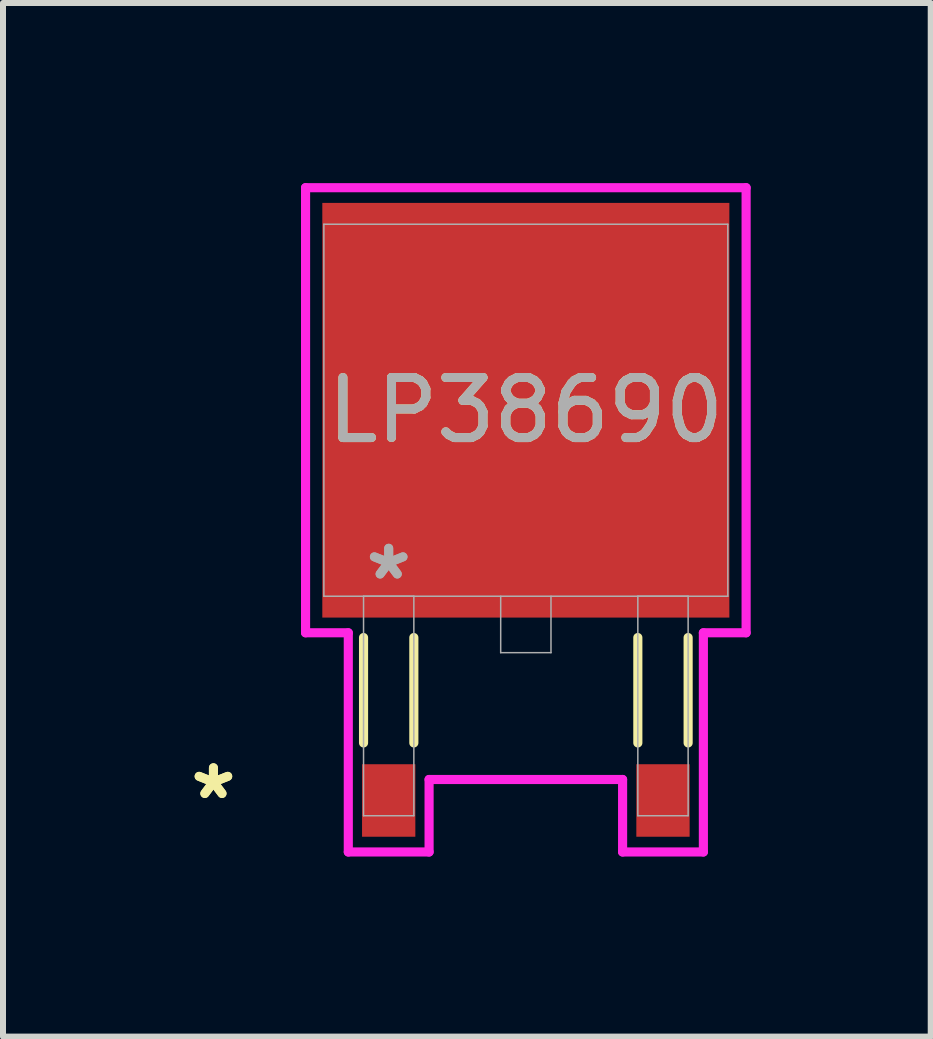
<source format=kicad_pcb>
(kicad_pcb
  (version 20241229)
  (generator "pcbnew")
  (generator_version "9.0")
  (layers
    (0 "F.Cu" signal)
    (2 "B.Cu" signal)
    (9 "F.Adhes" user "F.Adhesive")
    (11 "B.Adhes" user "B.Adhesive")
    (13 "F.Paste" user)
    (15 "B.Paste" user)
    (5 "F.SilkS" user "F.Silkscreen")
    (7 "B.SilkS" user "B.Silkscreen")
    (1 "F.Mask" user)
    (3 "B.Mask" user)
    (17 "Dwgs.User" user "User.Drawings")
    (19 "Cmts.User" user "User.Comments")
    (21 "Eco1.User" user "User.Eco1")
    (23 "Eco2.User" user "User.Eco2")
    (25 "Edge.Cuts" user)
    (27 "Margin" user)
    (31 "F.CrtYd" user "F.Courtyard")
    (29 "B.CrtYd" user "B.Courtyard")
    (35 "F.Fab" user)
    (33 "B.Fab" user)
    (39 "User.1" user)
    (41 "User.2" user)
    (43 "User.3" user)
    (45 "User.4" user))
  (footprint "LP38690"
    (layer "F.Cu")
    (at 5.711 3.785)
    (property "Reference" "LP38690" (at 0 0 0) (unlocked yes) (layer "F.SilkS") (effects (font (size 1 1) (thickness 0.15))))
    (attr smd)
    (fp_line (start -2.704 3.787) (end -2.704 5.543) (stroke (width 0.152) (type solid)) (layer "F.SilkS"))
    (fp_line (start -1.866 3.787) (end -1.866 5.543) (stroke (width 0.152) (type solid)) (layer "F.SilkS"))
    (fp_line (start 1.866 3.787) (end 1.866 5.543) (stroke (width 0.152) (type solid)) (layer "F.SilkS"))
    (fp_line (start 2.704 3.787) (end 2.704 5.543) (stroke (width 0.152) (type solid)) (layer "F.SilkS"))
    (fp_line (start -3.67 -3.708) (end 3.67 -3.708) (stroke (width 0.152) (type solid)) (layer "F.CrtYd"))
    (fp_line (start -3.67 3.708) (end -3.67 -3.708) (stroke (width 0.152) (type solid)) (layer "F.CrtYd"))
    (fp_line (start -2.958 3.708) (end -3.67 3.708) (stroke (width 0.152) (type solid)) (layer "F.CrtYd"))
    (fp_line (start -2.958 7.36) (end -2.958 3.708) (stroke (width 0.152) (type solid)) (layer "F.CrtYd"))
    (fp_line (start -1.612 6.152) (end -1.612 7.36) (stroke (width 0.152) (type solid)) (layer "F.CrtYd"))
    (fp_line (start -1.612 7.36) (end -2.958 7.36) (stroke (width 0.152) (type solid)) (layer "F.CrtYd"))
    (fp_line (start 1.612 6.152) (end -1.612 6.152) (stroke (width 0.152) (type solid)) (layer "F.CrtYd"))
    (fp_line (start 1.612 7.36) (end 1.612 6.152) (stroke (width 0.152) (type solid)) (layer "F.CrtYd"))
    (fp_line (start 2.958 3.708) (end 2.958 7.36) (stroke (width 0.152) (type solid)) (layer "F.CrtYd"))
    (fp_line (start 2.958 7.36) (end 1.612 7.36) (stroke (width 0.152) (type solid)) (layer "F.CrtYd"))
    (fp_line (start 3.67 -3.708) (end 3.67 3.708) (stroke (width 0.152) (type solid)) (layer "F.CrtYd"))
    (fp_line (start 3.67 3.708) (end 2.958 3.708) (stroke (width 0.152) (type solid)) (layer "F.CrtYd"))
    (fp_line (start -3.365 -3.099) (end -3.365 3.099) (stroke (width 0.025) (type solid)) (layer "F.Fab"))
    (fp_line (start -3.365 3.099) (end 3.365 3.099) (stroke (width 0.025) (type solid)) (layer "F.Fab"))
    (fp_line (start -2.704 3.099) (end -2.704 6.756) (stroke (width 0.025) (type solid)) (layer "F.Fab"))
    (fp_line (start -2.704 6.756) (end -1.866 6.756) (stroke (width 0.025) (type solid)) (layer "F.Fab"))
    (fp_line (start -1.866 3.099) (end -2.704 3.099) (stroke (width 0.025) (type solid)) (layer "F.Fab"))
    (fp_line (start -1.866 6.756) (end -1.866 3.099) (stroke (width 0.025) (type solid)) (layer "F.Fab"))
    (fp_line (start -0.419 3.099) (end -0.419 4.039) (stroke (width 0.025) (type solid)) (layer "F.Fab"))
    (fp_line (start -0.419 4.039) (end 0.419 4.039) (stroke (width 0.025) (type solid)) (layer "F.Fab"))
    (fp_line (start 0.419 4.039) (end 0.419 3.099) (stroke (width 0.025) (type solid)) (layer "F.Fab"))
    (fp_line (start 1.866 3.099) (end 1.866 6.756) (stroke (width 0.025) (type solid)) (layer "F.Fab"))
    (fp_line (start 1.866 6.756) (end 2.704 6.756) (stroke (width 0.025) (type solid)) (layer "F.Fab"))
    (fp_line (start 2.704 3.099) (end 1.866 3.099) (stroke (width 0.025) (type solid)) (layer "F.Fab"))
    (fp_line (start 2.704 6.756) (end 2.704 3.099) (stroke (width 0.025) (type solid)) (layer "F.Fab"))
    (fp_line (start 3.365 -3.099) (end -3.365 -3.099) (stroke (width 0.025) (type solid)) (layer "F.Fab"))
    (fp_line (start 3.365 3.099) (end 3.365 -3.099) (stroke (width 0.025) (type solid)) (layer "F.Fab"))
    (fp_text user "*" (at -5.205 6.502 0) (unlocked yes) (layer "F.SilkS") (effects (font (size 1 1) (thickness 0.15))))
    (fp_text user "*" (at -5.205 6.502 0) (layer "F.SilkS") (effects (font (size 1 1) (thickness 0.15))))
    (fp_text user "*" (at -2.285 2.845 0) (unlocked yes) (layer "F.Fab") (effects (font (size 1 1) (thickness 0.15))))
    (fp_text user "*" (at -2.285 2.845 0) (layer "F.Fab") (effects (font (size 1 1) (thickness 0.15))))
    (fp_text user "${REFERENCE}" (at 0 0 0) (unlocked yes) (layer "F.Fab") (effects (font (size 1 1) (thickness 0.15))))
    (pad "1" smd rect (at -2.285 6.502) (size 0.888 1.208) (layers "F.Cu" "F.Mask" "F.Paste"))
    (pad "2" smd rect (at 0 0) (size 6.782 6.909) (layers "F.Cu" "F.Mask" "F.Paste"))
    (pad "3" smd rect (at 2.285 6.502) (size 0.888 1.208) (layers "F.Cu" "F.Mask" "F.Paste")))
  (gr_rect
    (start -3 -3)
    (end 12.457 14.221)
    (stroke (width 0.1) (type default))
    (fill no)
    (layer "Edge.Cuts")))
</source>
